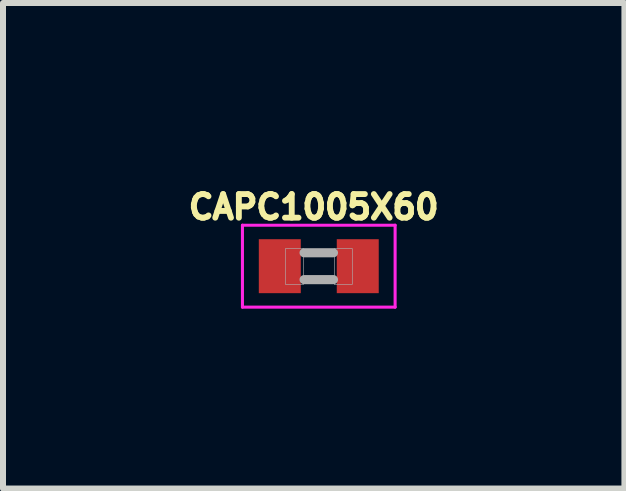
<source format=kicad_pcb>
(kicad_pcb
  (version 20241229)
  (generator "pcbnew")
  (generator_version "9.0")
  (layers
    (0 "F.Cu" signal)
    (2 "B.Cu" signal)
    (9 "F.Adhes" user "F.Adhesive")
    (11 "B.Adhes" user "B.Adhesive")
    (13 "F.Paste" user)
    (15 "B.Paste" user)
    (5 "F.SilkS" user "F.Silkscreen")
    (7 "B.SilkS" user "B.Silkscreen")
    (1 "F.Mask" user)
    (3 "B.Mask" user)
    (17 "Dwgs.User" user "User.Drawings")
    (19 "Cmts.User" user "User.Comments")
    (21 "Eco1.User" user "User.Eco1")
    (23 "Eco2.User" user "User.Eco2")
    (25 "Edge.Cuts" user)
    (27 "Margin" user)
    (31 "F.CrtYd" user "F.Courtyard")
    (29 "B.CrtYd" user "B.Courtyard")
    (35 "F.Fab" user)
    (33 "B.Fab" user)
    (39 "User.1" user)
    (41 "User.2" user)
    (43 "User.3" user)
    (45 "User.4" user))
  (footprint "CAPC1005X60"
    (layer "F.Cu")
    (at 2.266 1.389)
    (property "Reference" "CAPC1005X60" (at -0.085 -0.986 0) (layer "F.SilkS") (effects (font (size 0.394 0.394) (thickness 0.098))))
    (attr smd)
    (fp_line (start -1.273 -0.683) (end 1.273 -0.683) (stroke (width 0.051) (type solid)) (layer "F.CrtYd"))
    (fp_line (start -1.273 0.683) (end -1.273 -0.683) (stroke (width 0.051) (type solid)) (layer "F.CrtYd"))
    (fp_line (start 1.273 -0.683) (end 1.273 0.683) (stroke (width 0.051) (type solid)) (layer "F.CrtYd"))
    (fp_line (start 1.273 0.683) (end -1.273 0.683) (stroke (width 0.051) (type solid)) (layer "F.CrtYd"))
    (fp_line (start -0.245 -0.224) (end 0.245 -0.224) (stroke (width 0.152) (type solid)) (layer "F.Fab"))
    (fp_line (start 0.245 0.224) (end -0.245 0.224) (stroke (width 0.152) (type solid)) (layer "F.Fab"))
    (fp_poly (pts (xy -0.555 -0.295) (xy -0.254 -0.295) (xy -0.254 0.305) (xy -0.555 0.305)) (stroke (width 0.01) (type solid)) (fill no) (layer "F.Fab"))
    (fp_poly (pts (xy 0.259 -0.295) (xy 0.559 -0.295) (xy 0.559 0.305) (xy 0.259 0.305)) (stroke (width 0.01) (type solid)) (fill no) (layer "F.Fab"))
    (pad "1" smd rect (at -0.65 0) (size 0.7 0.9) (layers "F.Cu" "F.Mask" "F.Paste"))
    (pad "2" smd rect (at 0.65 0) (size 0.7 0.9) (layers "F.Cu" "F.Mask" "F.Paste")))
  (gr_rect
    (start -3 -3)
    (end 7.363 5.097)
    (stroke (width 0.1) (type default))
    (fill no)
    (layer "Edge.Cuts")))
</source>
